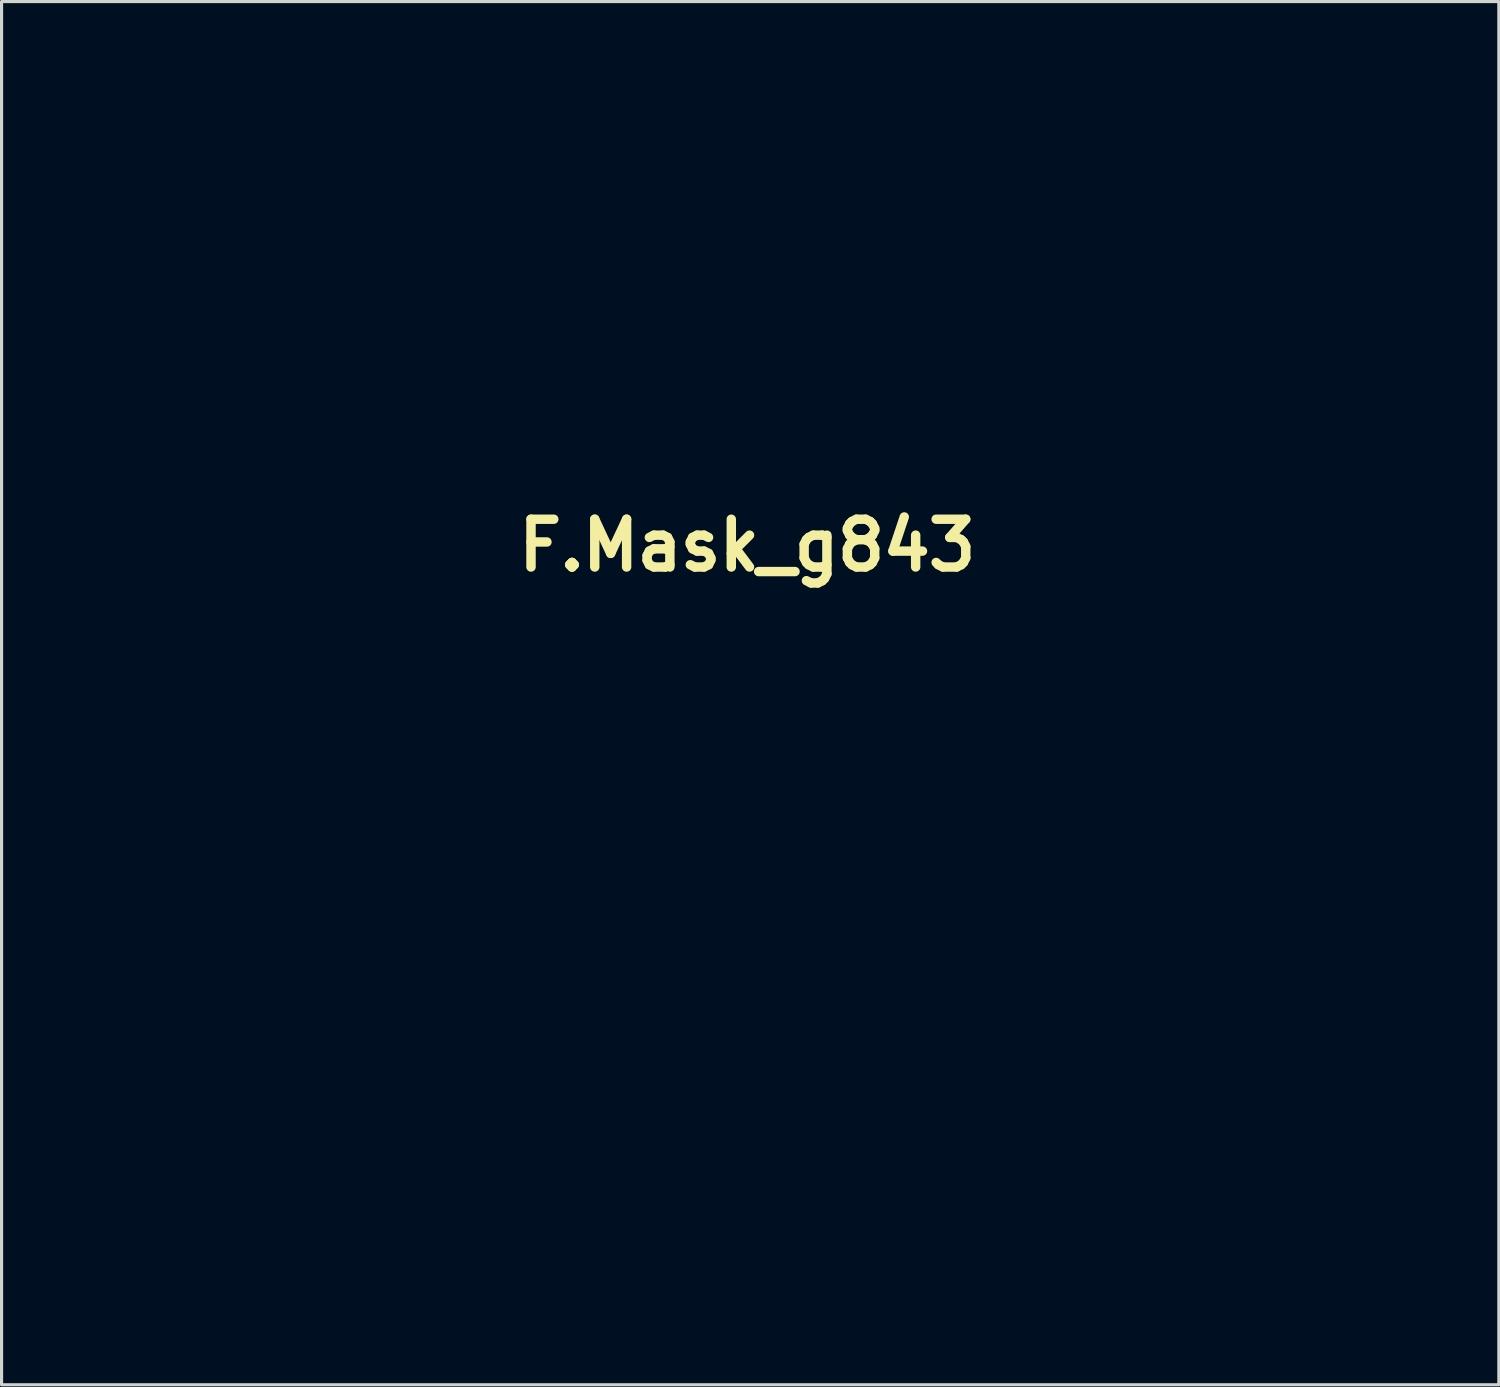
<source format=kicad_pcb>
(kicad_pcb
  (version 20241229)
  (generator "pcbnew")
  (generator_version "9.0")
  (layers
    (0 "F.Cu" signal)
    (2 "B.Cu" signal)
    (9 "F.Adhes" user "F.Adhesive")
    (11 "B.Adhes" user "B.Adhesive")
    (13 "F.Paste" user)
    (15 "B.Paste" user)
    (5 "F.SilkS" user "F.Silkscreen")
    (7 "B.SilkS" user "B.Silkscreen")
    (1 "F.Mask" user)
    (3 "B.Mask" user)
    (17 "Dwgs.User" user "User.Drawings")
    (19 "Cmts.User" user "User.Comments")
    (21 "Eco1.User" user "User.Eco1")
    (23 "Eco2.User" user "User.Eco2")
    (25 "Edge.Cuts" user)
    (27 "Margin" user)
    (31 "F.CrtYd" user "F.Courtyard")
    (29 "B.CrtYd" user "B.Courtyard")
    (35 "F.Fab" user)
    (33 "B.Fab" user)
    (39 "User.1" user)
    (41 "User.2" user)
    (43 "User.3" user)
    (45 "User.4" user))
  (footprint "F.Mask_g843"
    (layer "F.Cu")
    (at 20.776 14.34)
    (property "Reference" "F.Mask_g843" (at 0 0 0) (layer "F.SilkS") (effects (font (size 1.524 1.524) (thickness 0.3))))
    (attr through_hole)
    (fp_poly (pts (xy -5.829 -4.844) (xy -5.796 -4.826) (xy -5.744 -4.791) (xy -5.672 -4.741) (xy -5.584 -4.676) (xy -5.482 -4.6) (xy -5.369 -4.514) (xy -5.248 -4.421) (xy -5.121 -4.322) (xy -4.991 -4.219) (xy -4.861 -4.116) (xy -4.734 -4.013) (xy -4.611 -3.913) (xy -4.496 -3.818) (xy -4.392 -3.731) (xy -4.332 -3.679) (xy -4.257 -3.613) (xy -4.18 -3.544) (xy -4.107 -3.476) (xy -4.044 -3.417) (xy -4.009 -3.382) (xy -3.891 -3.262) (xy -3.984 -3.144) (xy -4.047 -3.069) (xy -4.1 -3.018) (xy -4.145 -2.988) (xy -4.184 -2.977) (xy -4.187 -2.977) (xy -4.214 -2.985) (xy -4.253 -3.004) (xy -4.276 -3.018) (xy -4.308 -3.041) (xy -4.35 -3.078) (xy -4.404 -3.129) (xy -4.47 -3.195) (xy -4.55 -3.277) (xy -4.643 -3.376) (xy -4.752 -3.492) (xy -4.876 -3.628) (xy -5.018 -3.784) (xy -5.125 -3.902) (xy -5.271 -4.064) (xy -5.399 -4.207) (xy -5.51 -4.331) (xy -5.605 -4.438) (xy -5.685 -4.53) (xy -5.751 -4.607) (xy -5.804 -4.671) (xy -5.845 -4.723) (xy -5.876 -4.764) (xy -5.896 -4.795) (xy -5.908 -4.818) (xy -5.913 -4.834) (xy -5.913 -4.835) (xy -5.903 -4.858) (xy -5.875 -4.861) (xy -5.829 -4.844)) (stroke (width 0.01) (type solid)) (fill yes) (layer "F.Mask"))
    (fp_poly (pts (xy -3.576 -3.667) (xy -3.563 -3.663) (xy -3.49 -3.621) (xy -3.437 -3.561) (xy -3.403 -3.485) (xy -3.389 -3.395) (xy -3.395 -3.293) (xy -3.421 -3.182) (xy -3.467 -3.062) (xy -3.528 -2.946) (xy -3.574 -2.879) (xy -3.638 -2.802) (xy -3.712 -2.722) (xy -3.79 -2.646) (xy -3.866 -2.58) (xy -3.927 -2.534) (xy -4.032 -2.475) (xy -4.136 -2.433) (xy -4.235 -2.409) (xy -4.324 -2.405) (xy -4.394 -2.419) (xy -4.462 -2.457) (xy -4.522 -2.513) (xy -4.554 -2.56) (xy -4.567 -2.59) (xy -4.564 -2.609) (xy -4.542 -2.629) (xy -4.524 -2.641) (xy -4.503 -2.649) (xy -4.472 -2.652) (xy -4.425 -2.651) (xy -4.36 -2.648) (xy -4.286 -2.644) (xy -4.231 -2.645) (xy -4.188 -2.651) (xy -4.148 -2.662) (xy -4.142 -2.664) (xy -4.049 -2.707) (xy -3.952 -2.77) (xy -3.856 -2.847) (xy -3.768 -2.934) (xy -3.694 -3.024) (xy -3.64 -3.111) (xy -3.639 -3.112) (xy -3.615 -3.164) (xy -3.601 -3.206) (xy -3.594 -3.25) (xy -3.592 -3.306) (xy -3.592 -3.33) (xy -3.594 -3.396) (xy -3.6 -3.446) (xy -3.613 -3.488) (xy -3.631 -3.528) (xy -3.659 -3.596) (xy -3.668 -3.643) (xy -3.657 -3.671) (xy -3.627 -3.679) (xy -3.576 -3.667)) (stroke (width 0.01) (type solid)) (fill yes) (layer "F.Mask"))
    (fp_poly (pts (xy -1.143 20.487) (xy -1.145 20.544) (xy -1.149 20.591) (xy -1.154 20.62) (xy -1.157 20.625) (xy -1.165 20.645) (xy -1.173 20.685) (xy -1.178 20.73) (xy -1.184 20.788) (xy -1.192 20.844) (xy -1.198 20.876) (xy -1.204 20.906) (xy -1.203 20.919) (xy -1.2 20.918) (xy -1.186 20.893) (xy -1.172 20.853) (xy -1.158 20.807) (xy -1.15 20.765) (xy -1.148 20.738) (xy -1.149 20.735) (xy -1.149 20.714) (xy -1.142 20.682) (xy -1.13 20.65) (xy -1.118 20.625) (xy -1.109 20.618) (xy -1.108 20.618) (xy -1.108 20.633) (xy -1.109 20.673) (xy -1.112 20.733) (xy -1.117 20.81) (xy -1.123 20.9) (xy -1.129 20.998) (xy -1.145 21.272) (xy -1.154 21.564) (xy -1.157 21.825) (xy -1.157 21.936) (xy -1.158 22.039) (xy -1.159 22.13) (xy -1.161 22.205) (xy -1.162 22.261) (xy -1.165 22.294) (xy -1.166 22.301) (xy -1.173 22.31) (xy -1.189 22.316) (xy -1.218 22.32) (xy -1.264 22.323) (xy -1.331 22.324) (xy -1.391 22.324) (xy -1.609 22.324) (xy -1.609 21.705) (xy -1.608 21.558) (xy -1.608 21.405) (xy -1.607 21.25) (xy -1.605 21.11) (xy -1.312 21.11) (xy -1.307 21.122) (xy -1.303 21.12) (xy -1.301 21.103) (xy -1.303 21.101) (xy -1.311 21.103) (xy -1.312 21.11) (xy -1.605 21.11) (xy -1.605 21.101) (xy -1.604 21.006) (xy -1.27 21.006) (xy -1.269 21.03) (xy -1.265 21.04) (xy -1.259 21.027) (xy -1.253 20.998) (xy -1.253 20.998) (xy -1.252 20.971) (xy -1.258 20.963) (xy -1.258 20.964) (xy -1.266 20.979) (xy -1.27 21.006) (xy -1.604 21.006) (xy -1.604 20.963) (xy -1.602 20.84) (xy -1.6 20.739) (xy -1.599 20.724) (xy -1.59 20.362) (xy -1.143 20.362) (xy -1.143 20.487)) (stroke (width 0.01) (type solid)) (fill yes) (layer "F.Mask"))
    (fp_poly (pts (xy -3.902 -1.992) (xy -3.869 -1.97) (xy -3.822 -1.933) (xy -3.759 -1.879) (xy -3.682 -1.811) (xy -3.583 -1.722) (xy -3.465 -1.616) (xy -3.329 -1.492) (xy -3.175 -1.353) (xy -3.006 -1.198) (xy -2.822 -1.03) (xy -2.625 -0.848) (xy -2.415 -0.655) (xy -2.193 -0.451) (xy -1.962 -0.238) (xy -1.722 -0.016) (xy -1.474 0.214) (xy -1.219 0.449) (xy -0.959 0.69) (xy -0.695 0.936) (xy -0.428 1.184) (xy -0.158 1.434) (xy 0.112 1.685) (xy 0.382 1.936) (xy 0.65 2.186) (xy 0.915 2.434) (xy 1.177 2.678) (xy 1.434 2.918) (xy 1.684 3.152) (xy 1.927 3.38) (xy 2.161 3.599) (xy 2.386 3.811) (xy 2.6 4.012) (xy 2.802 4.202) (xy 2.991 4.38) (xy 3.165 4.545) (xy 3.324 4.696) (xy 3.438 4.805) (xy 3.498 4.865) (xy 3.537 4.91) (xy 3.555 4.94) (xy 3.553 4.954) (xy 3.529 4.951) (xy 3.484 4.932) (xy 3.471 4.925) (xy 3.424 4.895) (xy 3.357 4.844) (xy 3.27 4.774) (xy 3.163 4.684) (xy 3.037 4.573) (xy 2.891 4.442) (xy 2.725 4.292) (xy 2.539 4.121) (xy 2.469 4.056) (xy 1.985 3.606) (xy 1.521 3.175) (xy 1.077 2.762) (xy 0.654 2.368) (xy 0.25 1.993) (xy -0.133 1.636) (xy -0.497 1.296) (xy -0.841 0.975) (xy -1.166 0.671) (xy -1.473 0.385) (xy -1.76 0.115) (xy -2.028 -0.136) (xy -2.278 -0.371) (xy -2.509 -0.59) (xy -2.723 -0.791) (xy -2.918 -0.976) (xy -3.096 -1.145) (xy -3.256 -1.298) (xy -3.399 -1.435) (xy -3.524 -1.557) (xy -3.633 -1.662) (xy -3.724 -1.753) (xy -3.799 -1.828) (xy -3.858 -1.888) (xy -3.9 -1.934) (xy -3.926 -1.965) (xy -3.937 -1.981) (xy -3.937 -1.982) (xy -3.934 -1.997) (xy -3.923 -2.001) (xy -3.902 -1.992)) (stroke (width 0.01) (type solid)) (fill yes) (layer "F.Mask"))
    (fp_poly (pts (xy -2.853 -3.041) (xy -2.824 -3.023) (xy -2.816 -3.018) (xy -2.794 -3) (xy -2.753 -2.964) (xy -2.693 -2.91) (xy -2.615 -2.839) (xy -2.52 -2.753) (xy -2.409 -2.651) (xy -2.282 -2.535) (xy -2.142 -2.405) (xy -1.988 -2.264) (xy -1.822 -2.11) (xy -1.644 -1.945) (xy -1.456 -1.771) (xy -1.258 -1.587) (xy -1.051 -1.395) (xy -0.837 -1.195) (xy -0.615 -0.989) (xy -0.387 -0.776) (xy -0.154 -0.559) (xy 0.083 -0.338) (xy 0.324 -0.113) (xy 0.567 0.114) (xy 0.811 0.342) (xy 1.057 0.571) (xy 1.302 0.801) (xy 1.545 1.029) (xy 1.787 1.256) (xy 2.026 1.479) (xy 2.261 1.7) (xy 2.491 1.916) (xy 2.716 2.127) (xy 2.934 2.332) (xy 3.144 2.53) (xy 3.347 2.721) (xy 3.539 2.902) (xy 3.722 3.075) (xy 3.893 3.237) (xy 4.019 3.357) (xy 4.546 3.857) (xy 4.537 3.936) (xy 4.519 4.041) (xy 4.49 4.142) (xy 4.445 4.245) (xy 4.384 4.356) (xy 4.318 4.46) (xy 4.208 4.607) (xy 4.094 4.729) (xy 3.995 4.814) (xy 3.952 4.846) (xy 3.917 4.87) (xy 3.898 4.882) (xy 3.896 4.882) (xy 3.883 4.873) (xy 3.852 4.849) (xy 3.809 4.811) (xy 3.755 4.764) (xy 3.711 4.724) (xy 3.499 4.533) (xy 3.267 4.322) (xy 3.016 4.093) (xy 2.746 3.846) (xy 2.457 3.581) (xy 2.15 3.298) (xy 1.826 2.999) (xy 1.484 2.683) (xy 1.126 2.351) (xy 0.751 2.003) (xy 0.668 1.925) (xy 0.585 1.848) (xy 0.483 1.753) (xy 0.363 1.642) (xy 0.228 1.516) (xy 0.078 1.377) (xy -0.084 1.226) (xy -0.257 1.065) (xy -0.44 0.896) (xy -0.63 0.719) (xy -0.826 0.536) (xy -1.027 0.349) (xy -1.231 0.16) (xy -1.436 -0.031) (xy -1.641 -0.221) (xy -1.79 -0.36) (xy -1.982 -0.538) (xy -2.168 -0.712) (xy -2.348 -0.879) (xy -2.52 -1.039) (xy -2.683 -1.192) (xy -2.836 -1.336) (xy -2.979 -1.469) (xy -3.11 -1.592) (xy -3.228 -1.702) (xy -3.331 -1.8) (xy -3.42 -1.884) (xy -3.493 -1.953) (xy -3.548 -2.006) (xy -3.586 -2.043) (xy -3.604 -2.061) (xy -3.605 -2.063) (xy -3.608 -2.083) (xy -3.601 -2.108) (xy -3.582 -2.14) (xy -3.551 -2.182) (xy -3.504 -2.237) (xy -3.439 -2.308) (xy -3.397 -2.353) (xy -3.268 -2.496) (xy -3.16 -2.629) (xy -3.071 -2.757) (xy -2.995 -2.883) (xy -2.988 -2.896) (xy -2.958 -2.95) (xy -2.928 -2.995) (xy -2.903 -3.025) (xy -2.896 -3.031) (xy -2.873 -3.043) (xy -2.853 -3.041)) (stroke (width 0.01) (type solid)) (fill yes) (layer "F.Mask"))
    (fp_poly (pts (xy -1.988 20.199) (xy -1.973 20.236) (xy -1.955 20.289) (xy -1.936 20.352) (xy -1.916 20.419) (xy -1.898 20.486) (xy -1.884 20.546) (xy -1.874 20.594) (xy -1.871 20.623) (xy -1.872 20.63) (xy -1.889 20.637) (xy -1.929 20.65) (xy -1.985 20.667) (xy -2.053 20.686) (xy -2.085 20.695) (xy -2.166 20.718) (xy -2.222 20.735) (xy -2.258 20.749) (xy -2.276 20.76) (xy -2.279 20.77) (xy -2.279 20.771) (xy -2.27 20.803) (xy -2.254 20.857) (xy -2.234 20.93) (xy -2.209 21.018) (xy -2.181 21.119) (xy -2.151 21.23) (xy -2.118 21.348) (xy -2.085 21.468) (xy -2.052 21.589) (xy -2.02 21.707) (xy -1.989 21.819) (xy -1.962 21.922) (xy -1.937 22.012) (xy -1.917 22.087) (xy -1.902 22.144) (xy -1.893 22.179) (xy -1.891 22.189) (xy -1.903 22.209) (xy -1.916 22.216) (xy -1.956 22.228) (xy -2.011 22.243) (xy -2.074 22.261) (xy -2.139 22.279) (xy -2.201 22.296) (xy -2.253 22.31) (xy -2.291 22.32) (xy -2.307 22.324) (xy -2.308 22.324) (xy -2.318 22.313) (xy -2.325 22.299) (xy -2.336 22.239) (xy -2.321 22.184) (xy -2.278 22.132) (xy -2.249 22.104) (xy -2.239 22.093) (xy -2.249 22.096) (xy -2.265 22.105) (xy -2.302 22.13) (xy -2.331 22.156) (xy -2.336 22.163) (xy -2.34 22.17) (xy -2.344 22.174) (xy -2.348 22.174) (xy -2.354 22.167) (xy -2.36 22.152) (xy -2.369 22.125) (xy -2.382 22.086) (xy -2.397 22.032) (xy -2.417 21.962) (xy -2.442 21.872) (xy -2.473 21.761) (xy -2.509 21.628) (xy -2.553 21.469) (xy -2.555 21.463) (xy -2.589 21.341) (xy -2.62 21.227) (xy -2.649 21.125) (xy -2.674 21.037) (xy -2.695 20.966) (xy -2.71 20.915) (xy -2.719 20.887) (xy -2.721 20.882) (xy -2.738 20.882) (xy -2.776 20.889) (xy -2.831 20.902) (xy -2.898 20.919) (xy -2.933 20.929) (xy -3.005 20.948) (xy -3.067 20.963) (xy -3.114 20.972) (xy -3.141 20.975) (xy -3.146 20.974) (xy -3.154 20.956) (xy -3.166 20.918) (xy -3.182 20.865) (xy -3.199 20.803) (xy -3.217 20.738) (xy -3.233 20.674) (xy -3.246 20.62) (xy -2.34 20.62) (xy -2.337 20.628) (xy -2.323 20.643) (xy -2.314 20.64) (xy -2.314 20.638) (xy -2.324 20.626) (xy -2.331 20.622) (xy -2.34 20.62) (xy -3.246 20.62) (xy -3.247 20.619) (xy -3.249 20.609) (xy -2.441 20.609) (xy -2.434 20.616) (xy -2.427 20.609) (xy -2.434 20.602) (xy -2.441 20.609) (xy -3.249 20.609) (xy -3.252 20.595) (xy -2.469 20.595) (xy -2.462 20.602) (xy -2.457 20.597) (xy -2.23 20.597) (xy -2.211 20.599) (xy -2.201 20.599) (xy -2.176 20.597) (xy -2.173 20.594) (xy -2.177 20.592) (xy -2.212 20.59) (xy -2.226 20.592) (xy -2.23 20.597) (xy -2.457 20.597) (xy -2.455 20.595) (xy -2.462 20.588) (xy -2.469 20.595) (xy -3.252 20.595) (xy -3.256 20.578) (xy -3.259 20.556) (xy -3.259 20.555) (xy -3.244 20.549) (xy -3.206 20.538) (xy -3.167 20.527) (xy -2.103 20.527) (xy -2.092 20.525) (xy -2.064 20.511) (xy -2.046 20.502) (xy -2.014 20.482) (xy -1.997 20.468) (xy -1.996 20.464) (xy -2.01 20.467) (xy -2.038 20.481) (xy -2.069 20.499) (xy -2.093 20.516) (xy -2.103 20.527) (xy -3.167 20.527) (xy -3.152 20.522) (xy -3.086 20.504) (xy -3.062 20.497) (xy -2.999 20.48) (xy -2.914 20.455) (xy -2.814 20.425) (xy -2.702 20.391) (xy -2.586 20.355) (xy -2.469 20.319) (xy -2.443 20.311) (xy -2.338 20.278) (xy -2.241 20.249) (xy -2.156 20.224) (xy -2.086 20.204) (xy -2.034 20.191) (xy -2.003 20.184) (xy -1.997 20.184) (xy -1.988 20.199)) (stroke (width 0.01) (type solid)) (fill yes) (layer "F.Mask"))
    (fp_poly (pts (xy 1.165 20.373) (xy 1.185 20.374) (xy 1.475 20.379) (xy 1.551 20.645) (xy 1.578 20.737) (xy 1.596 20.806) (xy 1.609 20.855) (xy 1.615 20.888) (xy 1.616 20.911) (xy 1.613 20.925) (xy 1.606 20.936) (xy 1.604 20.938) (xy 1.585 20.973) (xy 1.58 21) (xy 1.572 21.031) (xy 1.545 21.045) (xy 1.518 21.061) (xy 1.51 21.091) (xy 1.499 21.127) (xy 1.465 21.166) (xy 1.453 21.177) (xy 1.415 21.217) (xy 1.398 21.252) (xy 1.397 21.258) (xy 1.388 21.291) (xy 1.376 21.308) (xy 1.358 21.336) (xy 1.355 21.355) (xy 1.345 21.383) (xy 1.322 21.418) (xy 1.316 21.425) (xy 1.294 21.45) (xy 1.29 21.458) (xy 1.306 21.452) (xy 1.308 21.451) (xy 1.338 21.437) (xy 1.352 21.442) (xy 1.356 21.468) (xy 1.356 21.474) (xy 1.359 21.484) (xy 1.366 21.469) (xy 1.378 21.428) (xy 1.399 21.367) (xy 1.424 21.322) (xy 1.433 21.312) (xy 1.457 21.282) (xy 1.468 21.254) (xy 1.468 21.254) (xy 1.48 21.228) (xy 1.496 21.219) (xy 1.519 21.201) (xy 1.524 21.175) (xy 1.53 21.147) (xy 1.551 21.138) (xy 1.553 21.138) (xy 1.581 21.126) (xy 1.597 21.096) (xy 1.616 21.061) (xy 1.638 21.039) (xy 1.659 21.03) (xy 1.665 21.03) (xy 1.669 21.044) (xy 1.68 21.082) (xy 1.697 21.143) (xy 1.72 21.222) (xy 1.747 21.318) (xy 1.779 21.427) (xy 1.814 21.548) (xy 1.849 21.668) (xy 1.886 21.796) (xy 1.92 21.917) (xy 1.952 22.027) (xy 1.979 22.124) (xy 2.002 22.204) (xy 2.018 22.265) (xy 2.029 22.305) (xy 2.032 22.319) (xy 2.027 22.326) (xy 2.008 22.331) (xy 1.973 22.335) (xy 1.918 22.337) (xy 1.841 22.338) (xy 1.781 22.338) (xy 1.53 22.338) (xy 1.445 22.08) (xy 1.36 21.823) (xy 0.982 21.823) (xy 0.808 22.331) (xy 0.562 22.335) (xy 0.481 22.335) (xy 0.411 22.335) (xy 0.355 22.334) (xy 0.319 22.332) (xy 0.307 22.33) (xy 0.303 22.311) (xy 0.306 22.301) (xy 0.301 22.286) (xy 0.272 22.278) (xy 0.229 22.278) (xy 0.213 22.271) (xy 0.212 22.268) (xy 0.217 22.252) (xy 0.233 22.215) (xy 0.257 22.159) (xy 0.288 22.087) (xy 0.324 22.004) (xy 0.361 21.92) (xy 0.403 21.827) (xy 0.44 21.742) (xy 0.474 21.667) (xy 0.5 21.607) (xy 0.518 21.566) (xy 0.526 21.548) (xy 0.535 21.531) (xy 0.541 21.532) (xy 0.546 21.554) (xy 0.552 21.593) (xy 0.562 21.645) (xy 0.577 21.69) (xy 0.587 21.71) (xy 0.603 21.752) (xy 0.61 21.806) (xy 0.607 21.859) (xy 0.594 21.903) (xy 0.586 21.914) (xy 0.569 21.945) (xy 0.569 21.988) (xy 0.57 21.995) (xy 0.573 22.033) (xy 0.565 22.066) (xy 0.544 22.099) (xy 0.505 22.138) (xy 0.455 22.181) (xy 0.414 22.216) (xy 0.383 22.244) (xy 0.368 22.26) (xy 0.367 22.262) (xy 0.379 22.265) (xy 0.405 22.261) (xy 0.43 22.247) (xy 0.467 22.216) (xy 0.511 22.175) (xy 0.556 22.13) (xy 0.596 22.085) (xy 0.626 22.047) (xy 0.638 22.025) (xy 0.64 21.993) (xy 0.63 21.952) (xy 0.629 21.95) (xy 0.617 21.915) (xy 0.619 21.892) (xy 0.629 21.877) (xy 0.646 21.833) (xy 0.646 21.776) (xy 0.63 21.714) (xy 0.614 21.681) (xy 0.589 21.628) (xy 0.568 21.569) (xy 0.564 21.55) (xy 0.56 21.531) (xy 0.558 21.512) (xy 0.559 21.489) (xy 0.563 21.461) (xy 0.57 21.424) (xy 0.582 21.376) (xy 0.6 21.312) (xy 0.623 21.231) (xy 0.653 21.13) (xy 0.69 21.005) (xy 0.699 20.974) (xy 0.734 20.858) (xy 0.766 20.749) (xy 0.794 20.651) (xy 0.819 20.567) (xy 0.838 20.5) (xy 0.851 20.453) (xy 0.857 20.43) (xy 0.857 20.43) (xy 0.868 20.397) (xy 0.88 20.38) (xy 0.898 20.376) (xy 0.941 20.374) (xy 1.002 20.373) (xy 1.078 20.372) (xy 1.165 20.373)) (stroke (width 0.01) (type solid)) (fill yes) (layer "F.Mask"))
    (fp_poly (pts (xy 8.489 10.747) (xy 8.536 10.772) (xy 8.6 10.812) (xy 8.678 10.863) (xy 8.766 10.925) (xy 8.864 10.996) (xy 8.968 11.074) (xy 9.075 11.157) (xy 9.182 11.242) (xy 9.289 11.329) (xy 9.37 11.398) (xy 9.465 11.484) (xy 9.552 11.577) (xy 9.638 11.682) (xy 9.726 11.804) (xy 9.773 11.874) (xy 9.944 12.116) (xy 10.141 12.355) (xy 10.364 12.595) (xy 10.385 12.616) (xy 10.518 12.746) (xy 10.64 12.856) (xy 10.756 12.949) (xy 10.871 13.029) (xy 10.992 13.099) (xy 11.121 13.162) (xy 11.266 13.222) (xy 11.432 13.281) (xy 11.463 13.292) (xy 11.553 13.323) (xy 11.642 13.357) (xy 11.723 13.39) (xy 11.791 13.419) (xy 11.828 13.437) (xy 11.872 13.463) (xy 11.934 13.503) (xy 12.008 13.554) (xy 12.09 13.612) (xy 12.174 13.674) (xy 12.219 13.707) (xy 12.351 13.807) (xy 12.465 13.891) (xy 12.565 13.962) (xy 12.655 14.022) (xy 12.737 14.073) (xy 12.816 14.118) (xy 12.896 14.159) (xy 12.98 14.198) (xy 13.072 14.237) (xy 13.092 14.246) (xy 13.192 14.29) (xy 13.284 14.336) (xy 13.375 14.39) (xy 13.473 14.455) (xy 13.575 14.528) (xy 13.661 14.59) (xy 13.73 14.636) (xy 13.789 14.669) (xy 13.843 14.69) (xy 13.899 14.703) (xy 13.961 14.709) (xy 14.035 14.71) (xy 14.041 14.71) (xy 14.149 14.706) (xy 14.236 14.696) (xy 14.291 14.683) (xy 14.379 14.658) (xy 14.428 14.695) (xy 14.474 14.736) (xy 14.533 14.796) (xy 14.599 14.871) (xy 14.671 14.957) (xy 14.745 15.049) (xy 14.816 15.142) (xy 14.882 15.233) (xy 14.938 15.317) (xy 14.965 15.36) (xy 15.034 15.491) (xy 15.086 15.628) (xy 15.123 15.775) (xy 15.146 15.937) (xy 15.155 16.119) (xy 15.155 16.167) (xy 15.145 16.366) (xy 15.114 16.546) (xy 15.062 16.711) (xy 14.987 16.862) (xy 14.953 16.917) (xy 14.865 17.033) (xy 14.753 17.155) (xy 14.621 17.278) (xy 14.472 17.402) (xy 14.311 17.521) (xy 14.141 17.635) (xy 13.965 17.74) (xy 13.794 17.829) (xy 13.622 17.909) (xy 13.456 17.977) (xy 13.292 18.034) (xy 13.125 18.081) (xy 12.95 18.12) (xy 12.763 18.152) (xy 12.558 18.178) (xy 12.333 18.198) (xy 12.248 18.204) (xy 12.156 18.209) (xy 12.038 18.213) (xy 11.898 18.216) (xy 11.739 18.218) (xy 11.562 18.22) (xy 11.372 18.22) (xy 11.171 18.219) (xy 10.962 18.217) (xy 10.748 18.215) (xy 10.531 18.211) (xy 10.315 18.207) (xy 10.168 18.203) (xy 9.886 18.196) (xy 9.631 18.192) (xy 9.4 18.191) (xy 9.193 18.192) (xy 9.007 18.196) (xy 8.842 18.203) (xy 8.695 18.213) (xy 8.565 18.225) (xy 8.451 18.241) (xy 8.35 18.259) (xy 8.321 18.266) (xy 8.254 18.28) (xy 8.209 18.286) (xy 8.181 18.285) (xy 8.165 18.276) (xy 8.161 18.27) (xy 8.158 18.253) (xy 8.156 18.21) (xy 8.153 18.146) (xy 8.151 18.062) (xy 8.15 17.964) (xy 8.149 17.852) (xy 8.148 17.732) (xy 8.148 17.709) (xy 8.147 17.581) (xy 8.146 17.454) (xy 8.145 17.335) (xy 8.143 17.226) (xy 8.141 17.133) (xy 8.139 17.059) (xy 8.136 17.011) (xy 8.127 16.896) (xy 8.116 16.775) (xy 8.101 16.647) (xy 8.083 16.509) (xy 8.06 16.36) (xy 8.034 16.197) (xy 8.003 16.019) (xy 7.967 15.823) (xy 7.926 15.608) (xy 7.879 15.371) (xy 7.827 15.112) (xy 7.768 14.827) (xy 7.757 14.774) (xy 7.656 14.287) (xy 7.657 13.215) (xy 7.657 12.998) (xy 7.658 12.807) (xy 7.659 12.64) (xy 7.66 12.495) (xy 7.662 12.369) (xy 7.664 12.262) (xy 7.667 12.17) (xy 7.671 12.091) (xy 7.675 12.024) (xy 7.681 11.965) (xy 7.688 11.914) (xy 7.696 11.868) (xy 7.705 11.825) (xy 7.716 11.782) (xy 7.726 11.746) (xy 7.757 11.654) (xy 7.802 11.547) (xy 7.856 11.432) (xy 7.917 11.318) (xy 7.979 11.213) (xy 8.036 11.127) (xy 8.11 11.029) (xy 8.186 10.941) (xy 8.26 10.866) (xy 8.329 10.806) (xy 8.39 10.763) (xy 8.441 10.741) (xy 8.461 10.739) (xy 8.489 10.747)) (stroke (width 0.01) (type solid)) (fill yes) (layer "F.Mask"))
    (fp_poly (pts (xy -0.467 20.34) (xy -0.466 20.34) (xy -0.386 20.356) (xy -0.308 20.383) (xy -0.24 20.416) (xy -0.207 20.438) (xy -0.181 20.463) (xy -0.175 20.482) (xy -0.183 20.502) (xy -0.192 20.539) (xy -0.189 20.564) (xy -0.179 20.595) (xy -0.167 20.561) (xy -0.154 20.527) (xy -0.098 20.582) (xy -0.037 20.653) (xy 0.005 20.732) (xy 0.03 20.825) (xy 0.04 20.929) (xy 0.042 20.992) (xy 0.042 21.032) (xy 0.039 21.055) (xy 0.031 21.066) (xy 0.018 21.07) (xy 0.012 21.071) (xy -0.025 21.066) (xy -0.051 21.051) (xy -0.069 21.036) (xy -0.082 21.037) (xy -0.095 21.058) (xy -0.106 21.083) (xy -0.134 21.128) (xy -0.172 21.174) (xy -0.187 21.187) (xy -0.241 21.234) (xy -0.176 21.25) (xy -0.077 21.289) (xy 0.007 21.35) (xy 0.074 21.434) (xy 0.123 21.54) (xy 0.15 21.636) (xy 0.163 21.757) (xy 0.152 21.874) (xy 0.119 21.981) (xy 0.065 22.078) (xy -0.007 22.158) (xy -0.096 22.22) (xy -0.156 22.246) (xy -0.194 22.258) (xy -0.22 22.258) (xy -0.246 22.245) (xy -0.259 22.236) (xy -0.304 22.198) (xy -0.342 22.152) (xy -0.367 22.112) (xy -0.402 22.053) (xy -0.428 22.016) (xy -0.448 21.996) (xy -0.466 21.988) (xy -0.473 21.988) (xy -0.507 21.98) (xy -0.548 21.956) (xy -0.585 21.923) (xy -0.61 21.888) (xy -0.611 21.886) (xy -0.626 21.851) (xy -0.632 21.885) (xy -0.628 21.919) (xy -0.615 21.932) (xy -0.596 21.948) (xy -0.593 21.956) (xy -0.605 21.969) (xy -0.632 21.977) (xy -0.664 21.975) (xy -0.678 21.97) (xy -0.713 21.967) (xy -0.743 21.978) (xy -0.764 21.992) (xy -0.764 21.999) (xy -0.761 21.999) (xy -0.732 21.99) (xy -0.725 21.985) (xy -0.706 21.98) (xy -0.692 21.992) (xy -0.666 22.007) (xy -0.629 22.013) (xy -0.588 22.019) (xy -0.558 22.033) (xy -0.527 22.045) (xy -0.507 22.045) (xy -0.482 22.052) (xy -0.457 22.077) (xy -0.441 22.112) (xy -0.437 22.135) (xy -0.428 22.163) (xy -0.404 22.2) (xy -0.388 22.219) (xy -0.361 22.25) (xy -0.346 22.272) (xy -0.344 22.277) (xy -0.359 22.28) (xy -0.397 22.284) (xy -0.453 22.289) (xy -0.521 22.295) (xy -0.598 22.301) (xy -0.677 22.307) (xy -0.754 22.313) (xy -0.823 22.318) (xy -0.879 22.322) (xy -0.918 22.323) (xy -0.927 22.324) (xy -0.945 22.32) (xy -0.956 22.305) (xy -0.963 22.27) (xy -0.966 22.25) (xy -0.969 22.216) (xy -0.973 22.16) (xy -0.979 22.083) (xy -0.986 21.992) (xy -0.994 21.89) (xy -0.996 21.851) (xy -0.663 21.851) (xy -0.656 21.858) (xy -0.649 21.851) (xy -0.656 21.844) (xy -0.663 21.851) (xy -0.996 21.851) (xy -1.001 21.781) (xy -1.002 21.764) (xy -1.031 21.352) (xy -0.971 21.295) (xy -0.933 21.264) (xy -0.901 21.243) (xy -0.884 21.238) (xy -0.86 21.225) (xy -0.851 21.208) (xy -0.833 21.184) (xy -0.798 21.159) (xy -0.781 21.15) (xy -0.737 21.124) (xy -0.699 21.094) (xy -0.69 21.084) (xy -0.655 21.052) (xy -0.616 21.03) (xy -0.592 21.019) (xy -0.59 21.013) (xy -0.593 21.013) (xy -0.62 21.018) (xy -0.653 21.032) (xy -0.68 21.044) (xy -0.69 21.041) (xy -0.691 21.025) (xy -0.682 20.999) (xy -0.659 20.964) (xy -0.64 20.941) (xy -0.614 20.91) (xy -0.6 20.889) (xy -0.6 20.884) (xy -0.627 20.895) (xy -0.661 20.923) (xy -0.698 20.962) (xy -0.729 21.005) (xy -0.741 21.025) (xy -0.766 21.066) (xy -0.791 21.095) (xy -0.805 21.103) (xy -0.832 21.123) (xy -0.847 21.146) (xy -0.865 21.171) (xy -0.882 21.172) (xy -0.906 21.174) (xy -0.943 21.191) (xy -0.96 21.203) (xy -0.998 21.224) (xy -1.023 21.231) (xy -1.029 21.229) (xy -1.033 21.212) (xy -1.039 21.171) (xy -1.045 21.109) (xy -1.052 21.031) (xy -1.059 20.941) (xy -1.064 20.863) (xy -1.067 20.819) (xy -0.203 20.819) (xy -0.19 20.906) (xy -0.158 20.98) (xy -0.137 21.002) (xy -0.114 21.012) (xy -0.1 21.004) (xy -0.099 20.997) (xy -0.104 20.975) (xy -0.116 20.94) (xy -0.12 20.932) (xy -0.132 20.887) (xy -0.139 20.825) (xy -0.141 20.773) (xy -0.144 20.714) (xy -0.15 20.667) (xy -0.158 20.636) (xy -0.169 20.627) (xy -0.173 20.631) (xy -0.178 20.647) (xy -0.187 20.683) (xy -0.195 20.725) (xy -0.203 20.819) (xy -1.067 20.819) (xy -1.071 20.762) (xy -1.077 20.666) (xy -1.084 20.58) (xy -1.089 20.51) (xy -1.093 20.459) (xy -1.095 20.439) (xy -1.103 20.367) (xy -0.821 20.348) (xy -0.729 20.343) (xy -0.642 20.34) (xy -0.566 20.338) (xy -0.505 20.338) (xy -0.467 20.34)) (stroke (width 0.01) (type solid)) (fill yes) (layer "F.Mask"))
    (fp_poly (pts (xy 16.388 11.132) (xy 16.486 11.142) (xy 16.568 11.157) (xy 16.605 11.169) (xy 16.668 11.207) (xy 16.734 11.27) (xy 16.799 11.355) (xy 16.862 11.46) (xy 16.876 11.486) (xy 16.919 11.574) (xy 16.952 11.653) (xy 16.976 11.728) (xy 16.992 11.806) (xy 17.001 11.894) (xy 17.006 11.998) (xy 17.007 12.107) (xy 17.006 12.191) (xy 17.004 12.296) (xy 17 12.416) (xy 16.995 12.545) (xy 16.99 12.676) (xy 16.983 12.803) (xy 16.983 12.817) (xy 16.973 13.043) (xy 16.968 13.245) (xy 16.971 13.429) (xy 16.98 13.599) (xy 16.996 13.761) (xy 17.019 13.919) (xy 17.05 14.078) (xy 17.082 14.213) (xy 17.167 14.518) (xy 17.265 14.8) (xy 17.375 15.059) (xy 17.497 15.295) (xy 17.63 15.507) (xy 17.774 15.694) (xy 17.929 15.856) (xy 18.094 15.992) (xy 18.204 16.065) (xy 18.318 16.127) (xy 18.457 16.188) (xy 18.622 16.249) (xy 18.813 16.31) (xy 19.031 16.373) (xy 19.212 16.42) (xy 19.5 16.498) (xy 19.763 16.584) (xy 20.002 16.677) (xy 20.215 16.776) (xy 20.403 16.882) (xy 20.565 16.994) (xy 20.7 17.113) (xy 20.809 17.237) (xy 20.89 17.367) (xy 20.927 17.448) (xy 20.95 17.538) (xy 20.959 17.641) (xy 20.955 17.747) (xy 20.938 17.845) (xy 20.935 17.856) (xy 20.873 18.016) (xy 20.784 18.179) (xy 20.67 18.342) (xy 20.532 18.504) (xy 20.37 18.663) (xy 20.187 18.819) (xy 19.983 18.969) (xy 19.945 18.994) (xy 19.865 19.047) (xy 19.787 19.097) (xy 19.708 19.144) (xy 19.628 19.19) (xy 19.545 19.235) (xy 19.456 19.28) (xy 19.361 19.325) (xy 19.258 19.371) (xy 19.144 19.418) (xy 19.018 19.469) (xy 18.88 19.522) (xy 18.726 19.579) (xy 18.555 19.641) (xy 18.366 19.708) (xy 18.156 19.781) (xy 17.925 19.861) (xy 17.671 19.948) (xy 17.391 20.042) (xy 17.385 20.044) (xy 17.151 20.124) (xy 16.942 20.196) (xy 16.755 20.261) (xy 16.587 20.321) (xy 16.437 20.376) (xy 16.3 20.428) (xy 16.176 20.477) (xy 16.062 20.524) (xy 15.955 20.57) (xy 15.852 20.617) (xy 15.751 20.665) (xy 15.664 20.708) (xy 15.528 20.778) (xy 15.388 20.855) (xy 15.243 20.94) (xy 15.092 21.033) (xy 14.933 21.136) (xy 14.765 21.249) (xy 14.587 21.373) (xy 14.397 21.51) (xy 14.193 21.66) (xy 13.976 21.824) (xy 13.742 22.004) (xy 13.491 22.2) (xy 13.221 22.413) (xy 13.025 22.569) (xy 12.83 22.723) (xy 12.654 22.859) (xy 12.496 22.977) (xy 12.354 23.079) (xy 12.226 23.166) (xy 12.112 23.239) (xy 12.008 23.299) (xy 11.915 23.347) (xy 11.883 23.361) (xy 11.63 23.46) (xy 11.358 23.542) (xy 11.071 23.606) (xy 10.936 23.629) (xy 10.855 23.639) (xy 10.756 23.647) (xy 10.646 23.653) (xy 10.532 23.657) (xy 10.421 23.658) (xy 10.319 23.657) (xy 10.233 23.654) (xy 10.188 23.65) (xy 9.959 23.612) (xy 9.736 23.554) (xy 9.513 23.474) (xy 9.285 23.371) (xy 9.278 23.368) (xy 9.032 23.23) (xy 8.805 23.072) (xy 8.598 22.894) (xy 8.41 22.696) (xy 8.243 22.477) (xy 8.21 22.43) (xy 8.097 22.241) (xy 8.003 22.048) (xy 7.929 21.848) (xy 7.874 21.64) (xy 7.838 21.418) (xy 7.82 21.182) (xy 7.818 20.928) (xy 7.832 20.678) (xy 7.838 20.603) (xy 7.847 20.512) (xy 7.858 20.408) (xy 7.871 20.293) (xy 7.885 20.173) (xy 7.9 20.048) (xy 7.915 19.924) (xy 7.93 19.803) (xy 7.945 19.688) (xy 7.959 19.583) (xy 7.972 19.49) (xy 7.983 19.414) (xy 7.993 19.357) (xy 8 19.322) (xy 8.003 19.312) (xy 8.02 19.306) (xy 8.058 19.293) (xy 8.113 19.276) (xy 8.179 19.256) (xy 8.25 19.235) (xy 8.322 19.215) (xy 8.389 19.196) (xy 8.445 19.181) (xy 8.486 19.17) (xy 8.487 19.17) (xy 8.561 19.155) (xy 8.641 19.142) (xy 8.728 19.13) (xy 8.825 19.12) (xy 8.934 19.112) (xy 9.056 19.106) (xy 9.193 19.101) (xy 9.346 19.098) (xy 9.518 19.096) (xy 9.711 19.096) (xy 9.925 19.097) (xy 10.164 19.1) (xy 10.428 19.103) (xy 10.555 19.105) (xy 10.867 19.11) (xy 11.153 19.113) (xy 11.415 19.113) (xy 11.655 19.112) (xy 11.875 19.108) (xy 12.077 19.102) (xy 12.262 19.093) (xy 12.434 19.081) (xy 12.593 19.066) (xy 12.743 19.048) (xy 12.884 19.027) (xy 13.019 19.002) (xy 13.151 18.974) (xy 13.28 18.942) (xy 13.41 18.905) (xy 13.542 18.865) (xy 13.566 18.857) (xy 13.787 18.777) (xy 14.013 18.681) (xy 14.239 18.569) (xy 14.462 18.446) (xy 14.677 18.312) (xy 14.88 18.172) (xy 15.068 18.027) (xy 15.237 17.88) (xy 15.383 17.733) (xy 15.409 17.703) (xy 15.565 17.504) (xy 15.696 17.291) (xy 15.801 17.067) (xy 15.882 16.831) (xy 15.937 16.584) (xy 15.966 16.327) (xy 15.969 16.061) (xy 15.962 15.948) (xy 15.947 15.792) (xy 15.927 15.649) (xy 15.898 15.515) (xy 15.861 15.388) (xy 15.814 15.264) (xy 15.755 15.14) (xy 15.682 15.014) (xy 15.595 14.883) (xy 15.491 14.743) (xy 15.37 14.592) (xy 15.229 14.427) (xy 15.163 14.351) (xy 15.099 14.278) (xy 15.051 14.222) (xy 15.017 14.181) (xy 14.995 14.15) (xy 14.982 14.128) (xy 14.977 14.109) (xy 14.977 14.092) (xy 14.979 14.076) (xy 14.983 14.039) (xy 14.987 13.982) (xy 14.992 13.914) (xy 14.995 13.85) (xy 14.997 13.75) (xy 14.991 13.664) (xy 14.975 13.587) (xy 14.946 13.514) (xy 14.902 13.439) (xy 14.842 13.357) (xy 14.762 13.264) (xy 14.738 13.236) (xy 14.654 13.141) (xy 14.589 13.058) (xy 14.538 12.982) (xy 14.498 12.909) (xy 14.467 12.833) (xy 14.449 12.78) (xy 14.425 12.708) (xy 14.399 12.634) (xy 14.374 12.571) (xy 14.364 12.546) (xy 14.343 12.501) (xy 14.329 12.468) (xy 14.323 12.453) (xy 14.323 12.453) (xy 14.333 12.443) (xy 14.362 12.419) (xy 14.405 12.382) (xy 14.46 12.337) (xy 14.51 12.296) (xy 14.763 12.083) (xy 15.026 11.855) (xy 15.289 11.617) (xy 15.346 11.565) (xy 15.458 11.463) (xy 15.555 11.379) (xy 15.639 11.313) (xy 15.712 11.261) (xy 15.779 11.221) (xy 15.841 11.191) (xy 15.881 11.176) (xy 15.962 11.156) (xy 16.061 11.141) (xy 16.169 11.132) (xy 16.28 11.129) (xy 16.388 11.132)) (stroke (width 0.01) (type solid)) (fill yes) (layer "F.Mask"))
    (fp_poly (pts (xy -13.658 9.344) (xy -13.447 9.43) (xy -13.233 9.543) (xy -13.017 9.683) (xy -12.799 9.85) (xy -12.771 9.873) (xy -12.697 9.937) (xy -12.609 10.018) (xy -12.51 10.112) (xy -12.404 10.216) (xy -12.295 10.324) (xy -12.188 10.434) (xy -12.085 10.542) (xy -11.992 10.642) (xy -11.912 10.732) (xy -11.886 10.761) (xy -11.695 10.99) (xy -11.491 11.24) (xy -11.278 11.51) (xy -11.057 11.796) (xy -10.831 12.096) (xy -10.601 12.407) (xy -10.37 12.727) (xy -10.139 13.052) (xy -9.927 13.356) (xy -9.88 13.426) (xy -9.818 13.517) (xy -9.743 13.628) (xy -9.656 13.757) (xy -9.559 13.903) (xy -9.452 14.062) (xy -9.337 14.234) (xy -9.216 14.417) (xy -9.088 14.608) (xy -8.956 14.806) (xy -8.821 15.01) (xy -8.684 15.216) (xy -8.546 15.425) (xy -8.408 15.633) (xy -8.272 15.838) (xy -8.138 16.04) (xy -8.009 16.236) (xy -7.884 16.424) (xy -7.766 16.603) (xy -7.656 16.771) (xy -7.555 16.925) (xy -7.463 17.064) (xy -7.383 17.187) (xy -7.316 17.291) (xy -7.262 17.374) (xy -7.235 17.416) (xy -7.008 17.783) (xy -6.805 18.136) (xy -6.625 18.474) (xy -6.469 18.799) (xy -6.335 19.11) (xy -6.224 19.409) (xy -6.136 19.695) (xy -6.07 19.97) (xy -6.027 20.234) (xy -6.012 20.382) (xy -5.999 20.616) (xy -6 20.842) (xy -6.014 21.065) (xy -6.043 21.293) (xy -6.087 21.531) (xy -6.145 21.781) (xy -6.186 21.935) (xy -6.227 22.07) (xy -6.271 22.194) (xy -6.321 22.317) (xy -6.381 22.446) (xy -6.414 22.514) (xy -6.513 22.697) (xy -6.616 22.857) (xy -6.728 23.002) (xy -6.831 23.114) (xy -6.997 23.266) (xy -7.176 23.397) (xy -7.371 23.508) (xy -7.583 23.599) (xy -7.814 23.673) (xy -8.065 23.729) (xy -8.126 23.737) (xy -8.211 23.745) (xy -8.314 23.75) (xy -8.43 23.755) (xy -8.554 23.757) (xy -8.681 23.759) (xy -8.806 23.759) (xy -8.924 23.757) (xy -9.029 23.753) (xy -9.118 23.748) (xy -9.172 23.743) (xy -9.263 23.73) (xy -9.349 23.718) (xy -9.434 23.705) (xy -9.518 23.691) (xy -9.606 23.675) (xy -9.698 23.656) (xy -9.798 23.634) (xy -9.908 23.609) (xy -10.031 23.58) (xy -10.169 23.547) (xy -10.324 23.508) (xy -10.499 23.464) (xy -10.696 23.414) (xy -10.918 23.356) (xy -10.929 23.353) (xy -11.337 23.249) (xy -11.733 23.148) (xy -12.115 23.051) (xy -12.48 22.96) (xy -12.826 22.875) (xy -13.15 22.796) (xy -13.45 22.724) (xy -13.525 22.706) (xy -13.627 22.682) (xy -13.752 22.652) (xy -13.894 22.619) (xy -14.048 22.582) (xy -14.21 22.544) (xy -14.375 22.505) (xy -14.537 22.467) (xy -14.668 22.436) (xy -14.944 22.37) (xy -15.245 22.298) (xy -15.571 22.219) (xy -15.922 22.133) (xy -16.297 22.041) (xy -16.693 21.942) (xy -17.111 21.838) (xy -17.55 21.728) (xy -18.007 21.613) (xy -18.295 21.54) (xy -18.578 21.469) (xy -18.834 21.404) (xy -19.066 21.345) (xy -19.275 21.292) (xy -19.462 21.244) (xy -19.628 21.2) (xy -19.776 21.161) (xy -19.905 21.125) (xy -20.019 21.093) (xy -20.118 21.064) (xy -20.203 21.038) (xy -20.276 21.013) (xy -20.339 20.99) (xy -20.392 20.968) (xy -20.437 20.948) (xy -20.476 20.927) (xy -20.509 20.906) (xy -20.539 20.885) (xy -20.567 20.862) (xy -20.593 20.838) (xy -20.62 20.813) (xy -20.633 20.8) (xy -20.692 20.738) (xy -20.732 20.686) (xy -20.756 20.636) (xy -20.768 20.58) (xy -20.771 20.515) (xy -20.769 20.45) (xy -20.759 20.385) (xy -20.741 20.319) (xy -20.713 20.247) (xy -20.675 20.169) (xy -20.624 20.08) (xy -20.56 19.979) (xy -20.481 19.862) (xy -20.385 19.728) (xy -20.333 19.657) (xy -20.211 19.485) (xy -20.106 19.33) (xy -20.017 19.187) (xy -19.942 19.051) (xy -19.879 18.92) (xy -19.827 18.787) (xy -19.783 18.65) (xy -19.746 18.504) (xy -19.714 18.344) (xy -19.686 18.168) (xy -19.685 18.161) (xy -19.669 18.032) (xy -19.659 17.891) (xy -19.654 17.747) (xy -19.654 17.607) (xy -19.66 17.48) (xy -19.67 17.385) (xy -19.688 17.268) (xy -19.711 17.15) (xy -19.739 17.03) (xy -19.773 16.904) (xy -19.814 16.771) (xy -19.862 16.628) (xy -19.919 16.473) (xy -19.985 16.303) (xy -20.061 16.116) (xy -20.148 15.91) (xy -20.247 15.683) (xy -20.299 15.565) (xy -20.362 15.422) (xy -20.414 15.302) (xy -20.457 15.202) (xy -20.492 15.118) (xy -20.52 15.047) (xy -20.543 14.987) (xy -20.561 14.934) (xy -20.575 14.884) (xy -20.588 14.836) (xy -20.599 14.786) (xy -20.603 14.767) (xy -20.628 14.601) (xy -20.629 14.445) (xy -20.607 14.302) (xy -20.563 14.173) (xy -20.498 14.059) (xy -20.411 13.961) (xy -20.304 13.882) (xy -20.249 13.853) (xy -20.167 13.817) (xy -20.083 13.789) (xy -19.995 13.768) (xy -19.9 13.754) (xy -19.794 13.748) (xy -19.675 13.749) (xy -19.54 13.757) (xy -19.387 13.772) (xy -19.211 13.794) (xy -19.022 13.822) (xy -18.833 13.849) (xy -18.668 13.871) (xy -18.521 13.888) (xy -18.39 13.899) (xy -18.269 13.906) (xy -18.154 13.908) (xy -18.041 13.906) (xy -17.926 13.901) (xy -17.914 13.9) (xy -17.683 13.881) (xy -17.477 13.855) (xy -17.294 13.822) (xy -17.13 13.781) (xy -16.982 13.731) (xy -16.849 13.671) (xy -16.728 13.599) (xy -16.615 13.516) (xy -16.508 13.419) (xy -16.495 13.407) (xy -16.397 13.302) (xy -16.314 13.197) (xy -16.24 13.083) (xy -16.168 12.952) (xy -16.157 12.928) (xy -16.124 12.861) (xy -16.094 12.791) (xy -16.065 12.717) (xy -16.036 12.633) (xy -16.005 12.538) (xy -15.971 12.427) (xy -15.935 12.297) (xy -15.893 12.146) (xy -15.866 12.044) (xy -15.829 11.908) (xy -15.8 11.797) (xy -15.776 11.707) (xy -15.758 11.635) (xy -15.744 11.578) (xy -15.734 11.532) (xy -15.728 11.496) (xy -15.724 11.464) (xy -15.722 11.436) (xy -15.721 11.407) (xy -15.72 11.374) (xy -15.72 11.37) (xy -15.719 11.314) (xy -15.714 11.239) (xy -15.708 11.154) (xy -15.7 11.069) (xy -15.698 11.054) (xy -15.668 10.812) (xy -15.632 10.597) (xy -15.591 10.409) (xy -15.543 10.249) (xy -15.489 10.116) (xy -15.452 10.045) (xy -15.417 9.994) (xy -15.37 9.931) (xy -15.313 9.861) (xy -15.253 9.791) (xy -15.194 9.727) (xy -15.143 9.675) (xy -15.109 9.645) (xy -15.077 9.624) (xy -15.024 9.595) (xy -14.954 9.559) (xy -14.874 9.519) (xy -14.786 9.478) (xy -14.698 9.437) (xy -14.612 9.399) (xy -14.535 9.367) (xy -14.471 9.342) (xy -14.457 9.337) (xy -14.411 9.321) (xy -14.373 9.31) (xy -14.337 9.302) (xy -14.297 9.297) (xy -14.247 9.294) (xy -14.182 9.293) (xy -14.097 9.293) (xy -14.069 9.293) (xy -13.808 9.293) (xy -13.658 9.344)) (stroke (width 0.01) (type solid)) (fill yes) (layer "F.Mask"))
    (fp_poly (pts (xy 4 20.317) (xy 4.044 20.326) (xy 4.102 20.338) (xy 4.156 20.348) (xy 4.227 20.363) (xy 4.276 20.376) (xy 4.31 20.389) (xy 4.333 20.404) (xy 4.344 20.416) (xy 4.363 20.436) (xy 4.369 20.435) (xy 4.362 20.411) (xy 4.352 20.385) (xy 4.351 20.374) (xy 4.364 20.372) (xy 4.395 20.378) (xy 4.426 20.386) (xy 4.572 20.436) (xy 4.704 20.507) (xy 4.819 20.596) (xy 4.914 20.7) (xy 4.988 20.817) (xy 5.031 20.923) (xy 5.071 21.093) (xy 5.086 21.261) (xy 5.077 21.433) (xy 5.042 21.612) (xy 5.029 21.66) (xy 4.969 21.829) (xy 4.895 21.974) (xy 4.805 22.095) (xy 4.7 22.193) (xy 4.579 22.268) (xy 4.452 22.318) (xy 4.37 22.336) (xy 4.275 22.343) (xy 4.165 22.339) (xy 4.037 22.323) (xy 3.887 22.297) (xy 3.853 22.29) (xy 3.773 22.274) (xy 3.702 22.259) (xy 3.644 22.248) (xy 3.605 22.241) (xy 3.591 22.239) (xy 3.578 22.252) (xy 3.567 22.283) (xy 3.565 22.296) (xy 3.558 22.331) (xy 3.545 22.347) (xy 3.519 22.352) (xy 3.495 22.352) (xy 3.455 22.35) (xy 3.43 22.346) (xy 3.426 22.344) (xy 3.409 22.34) (xy 3.37 22.337) (xy 3.315 22.335) (xy 3.252 22.333) (xy 3.087 22.331) (xy 2.845 21.869) (xy 2.79 21.764) (xy 2.739 21.668) (xy 2.693 21.582) (xy 2.654 21.511) (xy 2.623 21.456) (xy 2.602 21.42) (xy 2.593 21.407) (xy 2.593 21.407) (xy 2.59 21.42) (xy 2.588 21.458) (xy 2.585 21.517) (xy 2.584 21.593) (xy 2.583 21.683) (xy 2.582 21.778) (xy 2.582 21.883) (xy 2.581 21.984) (xy 2.58 22.075) (xy 2.578 22.151) (xy 2.575 22.208) (xy 2.573 22.237) (xy 2.564 22.324) (xy 2.098 22.324) (xy 2.108 21.68) (xy 2.118 21.035) (xy 2.156 20.989) (xy 2.197 20.953) (xy 2.231 20.942) (xy 2.266 20.933) (xy 2.286 20.92) (xy 2.314 20.902) (xy 2.334 20.898) (xy 2.362 20.889) (xy 2.399 20.867) (xy 2.413 20.856) (xy 2.436 20.833) (xy 2.442 20.823) (xy 2.436 20.823) (xy 2.418 20.826) (xy 2.414 20.813) (xy 2.418 20.792) (xy 2.423 20.767) (xy 2.42 20.766) (xy 2.408 20.789) (xy 2.402 20.8) (xy 2.375 20.838) (xy 2.341 20.853) (xy 2.34 20.854) (xy 2.305 20.864) (xy 2.286 20.878) (xy 2.265 20.891) (xy 2.241 20.883) (xy 2.218 20.877) (xy 2.195 20.889) (xy 2.18 20.905) (xy 2.154 20.931) (xy 2.135 20.941) (xy 2.124 20.933) (xy 2.119 20.904) (xy 2.118 20.852) (xy 2.121 20.775) (xy 2.122 20.769) (xy 2.125 20.688) (xy 2.128 20.602) (xy 2.13 20.525) (xy 2.131 20.48) (xy 2.131 20.362) (xy 2.36 20.366) (xy 2.589 20.369) (xy 2.836 20.842) (xy 3.083 21.315) (xy 3.092 20.913) (xy 3.094 20.805) (xy 3.096 20.704) (xy 3.099 20.613) (xy 3.1 20.536) (xy 3.102 20.479) (xy 3.102 20.445) (xy 3.103 20.443) (xy 3.104 20.376) (xy 3.336 20.376) (xy 3.414 20.377) (xy 3.482 20.379) (xy 3.534 20.381) (xy 3.566 20.385) (xy 3.574 20.387) (xy 3.575 20.403) (xy 3.575 20.444) (xy 3.575 20.506) (xy 3.574 20.584) (xy 3.573 20.674) (xy 3.571 20.765) (xy 3.563 21.131) (xy 3.482 21.144) (xy 3.436 21.153) (xy 3.411 21.163) (xy 3.402 21.177) (xy 3.401 21.187) (xy 3.391 21.213) (xy 3.364 21.25) (xy 3.33 21.287) (xy 3.291 21.329) (xy 3.266 21.366) (xy 3.26 21.387) (xy 3.254 21.419) (xy 3.241 21.461) (xy 3.237 21.472) (xy 3.222 21.517) (xy 3.21 21.571) (xy 3.202 21.626) (xy 3.199 21.674) (xy 3.202 21.706) (xy 3.205 21.711) (xy 3.211 21.732) (xy 3.215 21.773) (xy 3.218 21.828) (xy 3.219 21.853) (xy 3.221 21.925) (xy 3.228 21.974) (xy 3.239 22) (xy 3.24 22.001) (xy 3.253 22.027) (xy 3.246 22.06) (xy 3.24 22.09) (xy 3.251 22.107) (xy 3.26 22.112) (xy 3.286 22.137) (xy 3.312 22.177) (xy 3.334 22.222) (xy 3.344 22.261) (xy 3.344 22.266) (xy 3.35 22.293) (xy 3.357 22.302) (xy 3.362 22.296) (xy 3.36 22.271) (xy 3.352 22.235) (xy 3.34 22.195) (xy 3.335 22.183) (xy 3.57 22.183) (xy 3.575 22.194) (xy 3.58 22.192) (xy 3.581 22.175) (xy 3.58 22.173) (xy 3.571 22.175) (xy 3.57 22.183) (xy 3.335 22.183) (xy 3.325 22.159) (xy 3.323 22.154) (xy 3.301 22.121) (xy 3.28 22.101) (xy 3.266 22.085) (xy 3.271 22.057) (xy 3.272 22.054) (xy 3.278 22.015) (xy 3.272 21.998) (xy 3.266 21.976) (xy 3.262 21.933) (xy 3.26 21.876) (xy 3.259 21.844) (xy 3.259 21.782) (xy 3.259 21.729) (xy 3.259 21.692) (xy 3.258 21.682) (xy 3.262 21.632) (xy 3.274 21.568) (xy 3.293 21.502) (xy 3.314 21.449) (xy 3.332 21.407) (xy 3.342 21.372) (xy 3.344 21.361) (xy 3.355 21.34) (xy 3.383 21.31) (xy 3.421 21.276) (xy 3.422 21.276) (xy 3.471 21.233) (xy 3.496 21.199) (xy 3.5 21.186) (xy 3.503 21.169) (xy 3.518 21.158) (xy 3.552 21.151) (xy 3.58 21.148) (xy 3.625 21.145) (xy 3.657 21.144) (xy 3.667 21.146) (xy 3.668 21.162) (xy 3.665 21.201) (xy 3.661 21.263) (xy 3.654 21.343) (xy 3.646 21.437) (xy 3.637 21.544) (xy 3.628 21.634) (xy 3.617 21.747) (xy 3.608 21.851) (xy 3.6 21.943) (xy 3.594 22.019) (xy 3.589 22.076) (xy 3.587 22.11) (xy 3.587 22.12) (xy 3.592 22.109) (xy 3.6 22.075) (xy 3.612 22.022) (xy 3.626 21.955) (xy 3.633 21.918) (xy 3.65 21.83) (xy 3.663 21.767) (xy 3.672 21.724) (xy 3.68 21.696) (xy 3.686 21.682) (xy 3.693 21.676) (xy 3.701 21.675) (xy 3.701 21.675) (xy 3.721 21.666) (xy 3.749 21.644) (xy 3.749 21.644) (xy 3.775 21.625) (xy 3.809 21.617) (xy 3.859 21.615) (xy 3.862 21.615) (xy 3.909 21.614) (xy 3.946 21.608) (xy 3.961 21.602) (xy 3.987 21.593) (xy 4.024 21.593) (xy 4.025 21.594) (xy 4.066 21.593) (xy 4.097 21.572) (xy 4.102 21.567) (xy 4.137 21.542) (xy 4.171 21.534) (xy 4.199 21.525) (xy 4.233 21.503) (xy 4.264 21.476) (xy 4.284 21.449) (xy 4.287 21.439) (xy 4.309 21.439) (xy 4.311 21.448) (xy 4.318 21.449) (xy 4.33 21.444) (xy 4.327 21.439) (xy 4.311 21.438) (xy 4.309 21.439) (xy 4.287 21.439) (xy 4.287 21.438) (xy 4.298 21.427) (xy 4.327 21.407) (xy 4.362 21.387) (xy 4.413 21.353) (xy 4.456 21.314) (xy 4.471 21.295) (xy 4.504 21.244) (xy 4.456 21.29) (xy 4.412 21.322) (xy 4.354 21.353) (xy 4.319 21.366) (xy 4.261 21.389) (xy 4.224 21.414) (xy 4.207 21.436) (xy 4.185 21.463) (xy 4.164 21.473) (xy 4.163 21.473) (xy 4.137 21.478) (xy 4.099 21.491) (xy 4.092 21.494) (xy 4.019 21.522) (xy 3.954 21.533) (xy 3.886 21.527) (xy 3.876 21.526) (xy 3.823 21.524) (xy 3.775 21.542) (xy 3.742 21.556) (xy 3.72 21.559) (xy 3.717 21.558) (xy 3.717 21.542) (xy 3.723 21.502) (xy 3.734 21.44) (xy 3.748 21.358) (xy 3.766 21.261) (xy 3.787 21.149) (xy 3.811 21.027) (xy 3.831 20.927) (xy 3.847 20.846) (xy 4.588 20.846) (xy 4.592 20.854) (xy 4.606 20.869) (xy 4.614 20.866) (xy 4.614 20.864) (xy 4.604 20.852) (xy 4.598 20.848) (xy 4.588 20.846) (xy 3.847 20.846) (xy 3.861 20.777) (xy 3.877 20.699) (xy 4.405 20.699) (xy 4.418 20.722) (xy 4.434 20.728) (xy 4.445 20.725) (xy 4.439 20.722) (xy 4.452 20.722) (xy 4.494 20.768) (xy 4.524 20.8) (xy 4.539 20.813) (xy 4.544 20.81) (xy 4.544 20.809) (xy 4.534 20.798) (xy 4.511 20.775) (xy 4.498 20.764) (xy 4.452 20.722) (xy 4.439 20.722) (xy 4.434 20.72) (xy 4.42 20.702) (xy 4.416 20.682) (xy 4.412 20.665) (xy 4.407 20.67) (xy 4.405 20.699) (xy 3.877 20.699) (xy 3.886 20.653) (xy 3.907 20.552) (xy 3.92 20.496) (xy 4.335 20.496) (xy 4.337 20.51) (xy 4.348 20.539) (xy 4.364 20.575) (xy 4.381 20.608) (xy 4.395 20.631) (xy 4.402 20.636) (xy 4.399 20.621) (xy 4.387 20.589) (xy 4.374 20.56) (xy 4.355 20.522) (xy 4.341 20.499) (xy 4.335 20.496) (xy 3.92 20.496) (xy 3.925 20.472) (xy 3.939 20.412) (xy 3.95 20.367) (xy 3.959 20.337) (xy 3.967 20.32) (xy 3.974 20.312) (xy 3.978 20.312) (xy 4 20.317)) (stroke (width 0.01) (type solid)) (fill yes) (layer "F.Mask"))
    (fp_poly (pts (xy -2.383 -14.334) (xy -2.296 -14.331) (xy -2.23 -14.326) (xy -2.22 -14.325) (xy -2.168 -14.319) (xy -2.095 -14.312) (xy -2.009 -14.305) (xy -1.918 -14.298) (xy -1.863 -14.295) (xy -1.717 -14.285) (xy -1.592 -14.275) (xy -1.484 -14.264) (xy -1.385 -14.25) (xy -1.29 -14.234) (xy -1.206 -14.217) (xy -1.133 -14.201) (xy -1.058 -14.186) (xy -0.994 -14.173) (xy -0.963 -14.168) (xy -0.921 -14.158) (xy -0.857 -14.142) (xy -0.775 -14.119) (xy -0.678 -14.092) (xy -0.572 -14.061) (xy -0.462 -14.028) (xy -0.35 -13.995) (xy -0.241 -13.961) (xy -0.141 -13.929) (xy -0.053 -13.901) (xy -0.007 -13.885) (xy 0.187 -13.813) (xy 0.384 -13.729) (xy 0.578 -13.638) (xy 0.763 -13.542) (xy 0.933 -13.444) (xy 1.081 -13.347) (xy 1.087 -13.342) (xy 1.135 -13.312) (xy 1.183 -13.288) (xy 1.205 -13.279) (xy 1.236 -13.266) (xy 1.286 -13.243) (xy 1.349 -13.213) (xy 1.419 -13.178) (xy 1.444 -13.165) (xy 1.574 -13.1) (xy 1.708 -13.036) (xy 1.849 -12.973) (xy 2 -12.91) (xy 2.165 -12.845) (xy 2.345 -12.777) (xy 2.545 -12.705) (xy 2.767 -12.627) (xy 2.928 -12.573) (xy 3.142 -12.5) (xy 3.331 -12.433) (xy 3.496 -12.371) (xy 3.639 -12.313) (xy 3.763 -12.259) (xy 3.868 -12.206) (xy 3.957 -12.153) (xy 4.032 -12.101) (xy 4.095 -12.047) (xy 4.146 -11.99) (xy 4.189 -11.929) (xy 4.225 -11.863) (xy 4.255 -11.792) (xy 4.27 -11.75) (xy 4.295 -11.66) (xy 4.31 -11.565) (xy 4.314 -11.46) (xy 4.308 -11.344) (xy 4.291 -11.213) (xy 4.264 -11.063) (xy 4.225 -10.891) (xy 4.212 -10.839) (xy 4.183 -10.726) (xy 4.154 -10.616) (xy 4.125 -10.512) (xy 4.098 -10.418) (xy 4.074 -10.337) (xy 4.053 -10.272) (xy 4.037 -10.227) (xy 4.026 -10.205) (xy 4.025 -10.204) (xy 4.009 -10.192) (xy 3.976 -10.168) (xy 3.933 -10.137) (xy 3.922 -10.13) (xy 3.823 -10.063) (xy 3.708 -9.994) (xy 3.575 -9.922) (xy 3.422 -9.846) (xy 3.246 -9.764) (xy 3.061 -9.683) (xy 2.933 -9.628) (xy 2.814 -9.576) (xy 2.706 -9.528) (xy 2.613 -9.486) (xy 2.535 -9.451) (xy 2.477 -9.424) (xy 2.44 -9.406) (xy 2.427 -9.399) (xy 2.411 -9.389) (xy 2.378 -9.372) (xy 2.342 -9.356) (xy 2.294 -9.332) (xy 2.233 -9.3) (xy 2.168 -9.265) (xy 2.145 -9.251) (xy 2.057 -9.202) (xy 1.946 -9.143) (xy 1.814 -9.076) (xy 1.665 -9.001) (xy 1.5 -8.92) (xy 1.324 -8.834) (xy 1.138 -8.745) (xy 0.946 -8.654) (xy 0.75 -8.562) (xy 0.552 -8.471) (xy 0.356 -8.381) (xy 0.24 -8.329) (xy -0.029 -8.21) (xy -0.274 -8.102) (xy -0.499 -8.006) (xy -0.703 -7.921) (xy -0.891 -7.846) (xy -1.062 -7.78) (xy -1.22 -7.722) (xy -1.366 -7.673) (xy -1.502 -7.631) (xy -1.63 -7.596) (xy -1.752 -7.567) (xy -1.87 -7.543) (xy -1.985 -7.524) (xy -2.05 -7.515) (xy -2.123 -7.507) (xy -2.212 -7.502) (xy -2.311 -7.498) (xy -2.413 -7.495) (xy -2.509 -7.495) (xy -2.594 -7.497) (xy -2.66 -7.501) (xy -2.674 -7.503) (xy -2.921 -7.548) (xy -3.156 -7.619) (xy -3.38 -7.716) (xy -3.577 -7.828) (xy -3.629 -7.864) (xy -3.695 -7.912) (xy -3.772 -7.972) (xy -3.858 -8.039) (xy -3.948 -8.112) (xy -4.041 -8.188) (xy -4.133 -8.263) (xy -4.22 -8.337) (xy -4.299 -8.406) (xy -4.368 -8.467) (xy -4.424 -8.518) (xy -4.462 -8.556) (xy -4.478 -8.575) (xy -4.507 -8.629) (xy -4.509 -8.673) (xy -4.486 -8.707) (xy -4.463 -8.721) (xy -4.418 -8.734) (xy -4.349 -8.742) (xy -4.259 -8.745) (xy -4.15 -8.744) (xy -4.026 -8.738) (xy -3.891 -8.727) (xy -3.832 -8.722) (xy -3.632 -8.703) (xy -3.42 -8.689) (xy -3.201 -8.679) (xy -2.98 -8.673) (xy -2.76 -8.67) (xy -2.548 -8.672) (xy -2.346 -8.679) (xy -2.161 -8.689) (xy -1.996 -8.703) (xy -1.905 -8.714) (xy -1.717 -8.746) (xy -1.519 -8.792) (xy -1.309 -8.852) (xy -1.086 -8.927) (xy -0.848 -9.017) (xy -0.593 -9.124) (xy -0.319 -9.247) (xy -0.12 -9.342) (xy 0.052 -9.423) (xy 0.222 -9.5) (xy 0.393 -9.574) (xy 0.571 -9.647) (xy 0.758 -9.721) (xy 0.96 -9.797) (xy 1.181 -9.876) (xy 1.424 -9.962) (xy 1.446 -9.97) (xy 1.724 -10.067) (xy 1.975 -10.157) (xy 2.202 -10.24) (xy 2.404 -10.319) (xy 2.584 -10.392) (xy 2.741 -10.46) (xy 2.878 -10.525) (xy 2.996 -10.586) (xy 3.094 -10.644) (xy 3.176 -10.7) (xy 3.241 -10.754) (xy 3.29 -10.807) (xy 3.325 -10.86) (xy 3.347 -10.913) (xy 3.357 -10.966) (xy 3.358 -10.989) (xy 3.347 -11.077) (xy 3.317 -11.16) (xy 3.272 -11.232) (xy 3.214 -11.286) (xy 3.179 -11.306) (xy 3.097 -11.328) (xy 3.011 -11.322) (xy 2.921 -11.289) (xy 2.828 -11.228) (xy 2.731 -11.139) (xy 2.645 -11.04) (xy 2.595 -10.982) (xy 2.545 -10.925) (xy 2.499 -10.879) (xy 2.47 -10.853) (xy 2.431 -10.825) (xy 2.384 -10.796) (xy 2.326 -10.764) (xy 2.256 -10.73) (xy 2.172 -10.691) (xy 2.072 -10.648) (xy 1.954 -10.6) (xy 1.816 -10.546) (xy 1.656 -10.484) (xy 1.473 -10.415) (xy 1.312 -10.355) (xy 0.998 -10.238) (xy 0.707 -10.132) (xy 0.438 -10.035) (xy 0.188 -9.948) (xy -0.044 -9.868) (xy -0.261 -9.797) (xy -0.465 -9.732) (xy -0.659 -9.674) (xy -0.844 -9.622) (xy -1.022 -9.574) (xy -1.196 -9.531) (xy -1.368 -9.492) (xy -1.54 -9.456) (xy -1.714 -9.422) (xy -1.893 -9.39) (xy -1.928 -9.384) (xy -2.224 -9.338) (xy -2.504 -9.301) (xy -2.765 -9.274) (xy -3.006 -9.257) (xy -3.225 -9.251) (xy -3.42 -9.254) (xy -3.47 -9.257) (xy -3.701 -9.28) (xy -3.911 -9.318) (xy -4.101 -9.371) (xy -4.275 -9.442) (xy -4.435 -9.531) (xy -4.585 -9.642) (xy -4.728 -9.775) (xy -4.866 -9.932) (xy -4.97 -10.068) (xy -5.067 -10.2) (xy -5.156 -10.31) (xy -5.24 -10.405) (xy -5.325 -10.487) (xy -5.416 -10.561) (xy -5.517 -10.632) (xy -5.633 -10.703) (xy -5.749 -10.768) (xy -5.866 -10.838) (xy -5.958 -10.907) (xy -6.027 -10.98) (xy -6.077 -11.059) (xy -6.111 -11.149) (xy -6.128 -11.233) (xy -6.135 -11.368) (xy -6.118 -11.514) (xy -6.08 -11.666) (xy -6.021 -11.819) (xy -5.942 -11.97) (xy -5.902 -12.033) (xy -5.863 -12.089) (xy -5.818 -12.145) (xy -5.767 -12.201) (xy -5.705 -12.262) (xy -5.63 -12.329) (xy -5.54 -12.404) (xy -5.433 -12.491) (xy -5.305 -12.591) (xy -5.294 -12.6) (xy -5.242 -12.64) (xy -5.193 -12.679) (xy -5.145 -12.717) (xy -5.095 -12.758) (xy -5.04 -12.804) (xy -4.977 -12.857) (xy -4.903 -12.921) (xy -4.815 -12.996) (xy -4.71 -13.086) (xy -4.643 -13.144) (xy -4.598 -13.182) (xy -4.536 -13.233) (xy -4.46 -13.296) (xy -4.399 -13.345) (xy -3.724 -13.345) (xy -3.71 -13.283) (xy -3.672 -13.22) (xy -3.616 -13.173) (xy -3.547 -13.145) (xy -3.472 -13.137) (xy -3.396 -13.153) (xy -3.377 -13.161) (xy -3.327 -13.196) (xy -3.277 -13.255) (xy -3.226 -13.34) (xy -3.196 -13.399) (xy -3.162 -13.466) (xy -3.129 -13.513) (xy -3.093 -13.542) (xy -3.047 -13.56) (xy -2.984 -13.572) (xy -2.98 -13.573) (xy -2.884 -13.593) (xy -2.811 -13.623) (xy -2.762 -13.663) (xy -2.752 -13.678) (xy -2.74 -13.71) (xy -2.742 -13.715) (xy -1.309 -13.715) (xy -1.289 -13.676) (xy -1.259 -13.642) (xy -1.194 -13.591) (xy -1.107 -13.54) (xy -1.003 -13.49) (xy -0.888 -13.445) (xy -0.768 -13.407) (xy -0.677 -13.385) (xy -0.59 -13.37) (xy -0.521 -13.366) (xy -0.463 -13.374) (xy -0.438 -13.382) (xy -0.388 -13.412) (xy -0.348 -13.462) (xy -0.327 -13.519) (xy -0.325 -13.543) (xy -0.338 -13.612) (xy -0.375 -13.676) (xy -0.431 -13.73) (xy -0.502 -13.77) (xy -0.55 -13.785) (xy -0.605 -13.793) (xy -0.68 -13.798) (xy -0.77 -13.801) (xy -0.87 -13.8) (xy -0.972 -13.797) (xy -1.071 -13.792) (xy -1.16 -13.785) (xy -1.234 -13.776) (xy -1.286 -13.765) (xy -1.288 -13.764) (xy -1.309 -13.746) (xy -1.309 -13.715) (xy -2.742 -13.715) (xy -2.749 -13.733) (xy -2.782 -13.749) (xy -2.825 -13.759) (xy -2.879 -13.766) (xy -2.953 -13.77) (xy -3.038 -13.771) (xy -3.125 -13.77) (xy -3.207 -13.766) (xy -3.275 -13.759) (xy -3.288 -13.757) (xy -3.392 -13.731) (xy -3.486 -13.689) (xy -3.569 -13.634) (xy -3.637 -13.569) (xy -3.687 -13.497) (xy -3.717 -13.422) (xy -3.724 -13.345) (xy -4.399 -13.345) (xy -4.373 -13.366) (xy -4.277 -13.444) (xy -4.175 -13.526) (xy -4.071 -13.61) (xy -3.965 -13.694) (xy -3.863 -13.776) (xy -3.765 -13.853) (xy -3.676 -13.924) (xy -3.597 -13.986) (xy -3.532 -14.036) (xy -3.483 -14.073) (xy -3.454 -14.095) (xy -3.356 -14.153) (xy -3.24 -14.209) (xy -3.117 -14.257) (xy -3.013 -14.289) (xy -2.957 -14.303) (xy -2.904 -14.313) (xy -2.849 -14.321) (xy -2.785 -14.326) (xy -2.706 -14.33) (xy -2.604 -14.333) (xy -2.601 -14.333) (xy -2.487 -14.335) (xy -2.383 -14.334)) (stroke (width 0.01) (type solid)) (fill yes) (layer "F.Mask")))
  (gr_rect
    (start -3 -3)
    (end 44.741 41.104)
    (stroke (width 0.1) (type default))
    (fill no)
    (layer "Edge.Cuts")))
</source>
